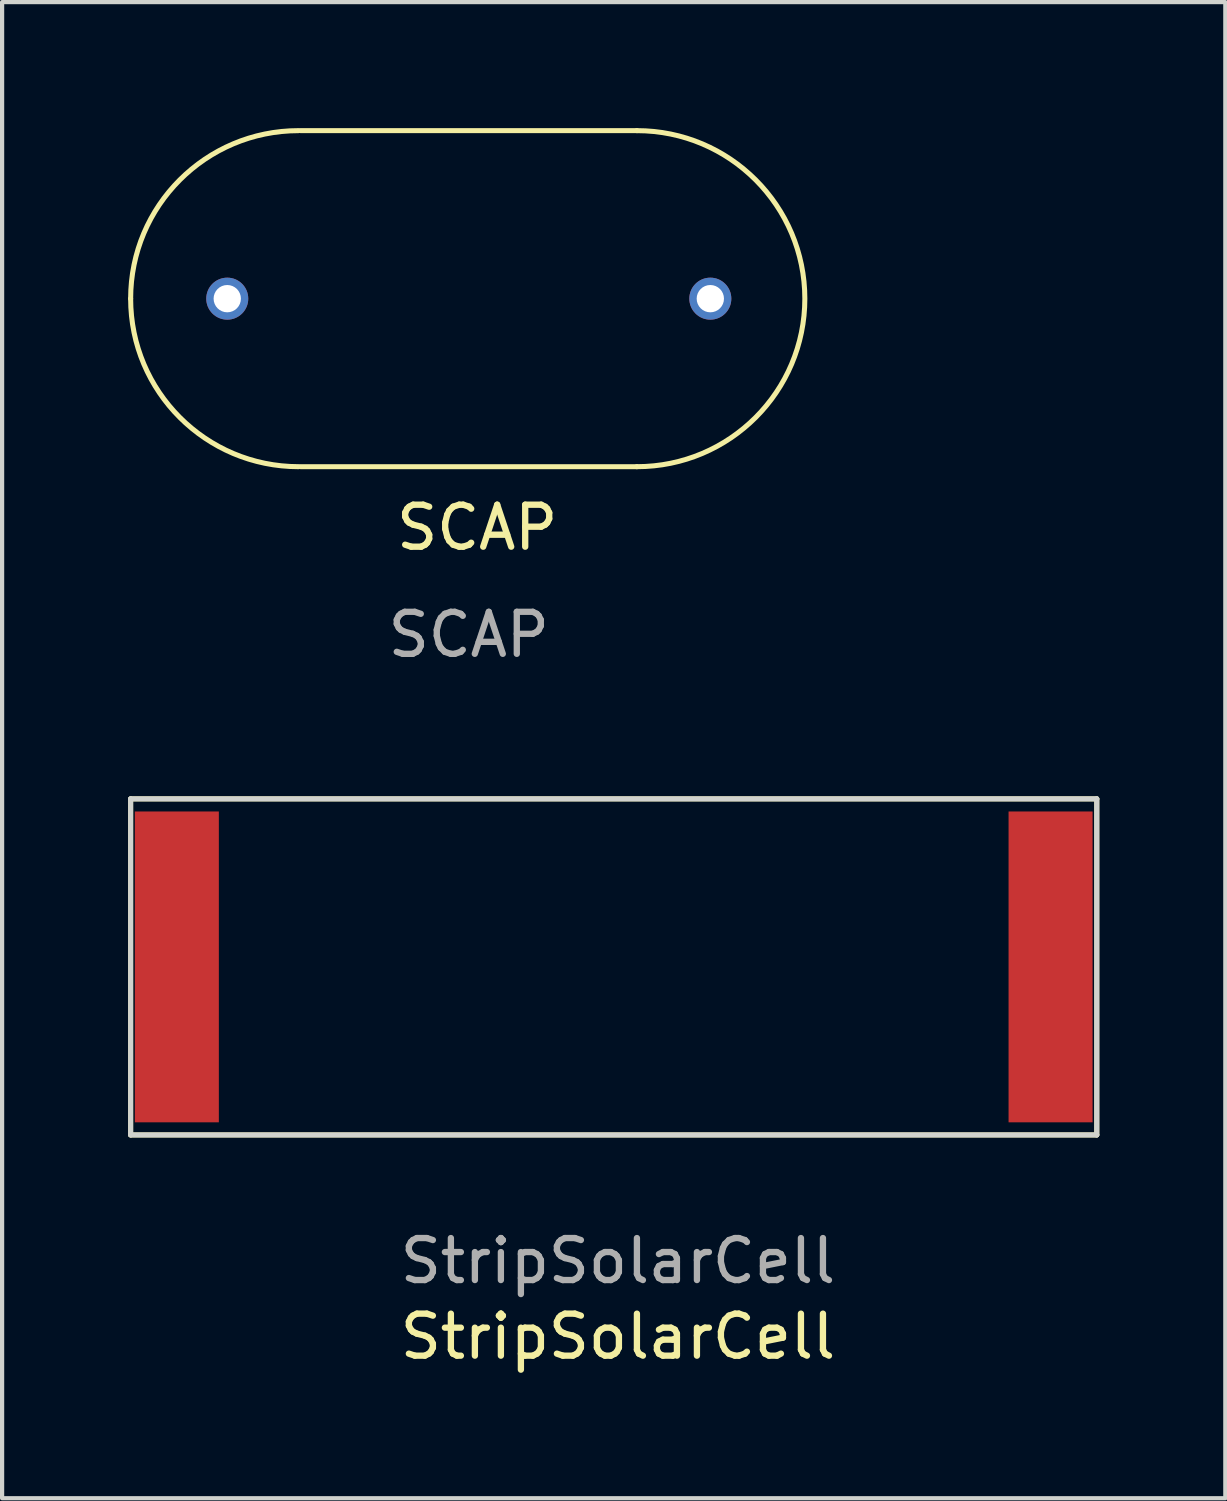
<source format=kicad_pcb>
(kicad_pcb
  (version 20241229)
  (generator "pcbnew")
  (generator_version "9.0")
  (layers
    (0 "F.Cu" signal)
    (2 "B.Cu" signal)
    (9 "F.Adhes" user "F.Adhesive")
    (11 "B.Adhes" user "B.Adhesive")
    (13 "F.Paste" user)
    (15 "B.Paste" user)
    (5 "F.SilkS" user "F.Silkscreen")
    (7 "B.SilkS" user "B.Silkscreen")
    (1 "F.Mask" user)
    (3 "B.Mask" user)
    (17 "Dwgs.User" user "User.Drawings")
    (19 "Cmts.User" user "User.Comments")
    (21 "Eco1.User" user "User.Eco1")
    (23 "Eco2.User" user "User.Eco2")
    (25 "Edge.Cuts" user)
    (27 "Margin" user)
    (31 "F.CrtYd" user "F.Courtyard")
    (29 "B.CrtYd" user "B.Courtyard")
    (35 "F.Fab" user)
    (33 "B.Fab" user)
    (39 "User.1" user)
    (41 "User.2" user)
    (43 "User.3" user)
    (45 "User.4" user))
  (footprint "StripSolarCell"
    (layer "F.Cu")
    (at 11.56 19.968)
    (property "Reference" "StripSolarCell" (at 0.1 8.8 0) (unlocked yes) (layer "F.SilkS") (effects (font (size 1 1) (thickness 0.15))))
    (fp_line (start -11.5 -4) (end -11.5 4) (stroke (width 0.12) (type solid)) (layer "F.SilkS"))
    (fp_line (start -11.5 4) (end 11.5 4) (stroke (width 0.12) (type solid)) (layer "F.SilkS"))
    (fp_line (start 11.5 -4) (end -11.5 -4) (stroke (width 0.12) (type solid)) (layer "F.SilkS"))
    (fp_line (start 11.5 4) (end 11.5 -4) (stroke (width 0.12) (type solid)) (layer "F.SilkS"))
    (fp_line (start -11.5 -4) (end 11.5 -4) (stroke (width 0.12) (type solid)) (layer "Edge.Cuts"))
    (fp_line (start -11.5 4) (end -11.5 -4) (stroke (width 0.12) (type solid)) (layer "Edge.Cuts"))
    (fp_line (start -11.5 4) (end 11.5 4) (stroke (width 0.12) (type solid)) (layer "Edge.Cuts"))
    (fp_line (start 11.5 4) (end 11.5 -4) (stroke (width 0.12) (type solid)) (layer "Edge.Cuts"))
    (fp_text user "${REFERENCE}" (at 0.1 7 0) (unlocked yes) (layer "F.Fab") (effects (font (size 1 1) (thickness 0.15))))
    (pad "1" smd rect (at -10.4 0) (size 2 7.4) (layers "F.Cu" "F.Mask" "F.Paste"))
    (pad "2" smd rect (at 10.4 0) (size 2 7.4) (layers "F.Cu" "F.Mask" "F.Paste")))
  (footprint "SCAP"
    (layer "F.Cu")
    (at 8.11 4.06)
    (property "Reference" "SCAP" (at 0.2 5.45 0) (unlocked yes) (layer "F.SilkS") (effects (font (size 1 1) (thickness 0.15))))
    (fp_line (start -4 -4) (end 4 -4) (stroke (width 0.12) (type solid)) (layer "F.SilkS"))
    (fp_line (start -4 4) (end 4 4) (stroke (width 0.12) (type solid)) (layer "F.SilkS"))
    (fp_arc (start -8.05 0) (mid -6.878427 -2.828427) (end -4.05 -4) (stroke (width 0.12) (type solid)) (layer "F.SilkS"))
    (fp_arc (start -4.05 4) (mid -6.878427 2.828427) (end -8.05 0) (stroke (width 0.12) (type solid)) (layer "F.SilkS"))
    (fp_arc (start 4 -4) (mid 8 0) (end 4 4) (stroke (width 0.12) (type solid)) (layer "F.SilkS"))
    (fp_text user "${REFERENCE}" (at 0 8 0) (unlocked yes) (layer "F.Fab") (effects (font (size 1 1) (thickness 0.15))))
    (pad "1" thru_hole circle (at -5.75 0) (size 1 1) (drill 0.65) (layers "*.Cu" "*.Mask"))
    (pad "2" thru_hole circle (at 5.75 0) (size 1 1) (drill 0.65) (layers "*.Cu" "*.Mask")))
  (gr_rect
    (start -3 -3)
    (end 26.12 32.617)
    (stroke (width 0.1) (type default))
    (fill no)
    (layer "Edge.Cuts")))
</source>
